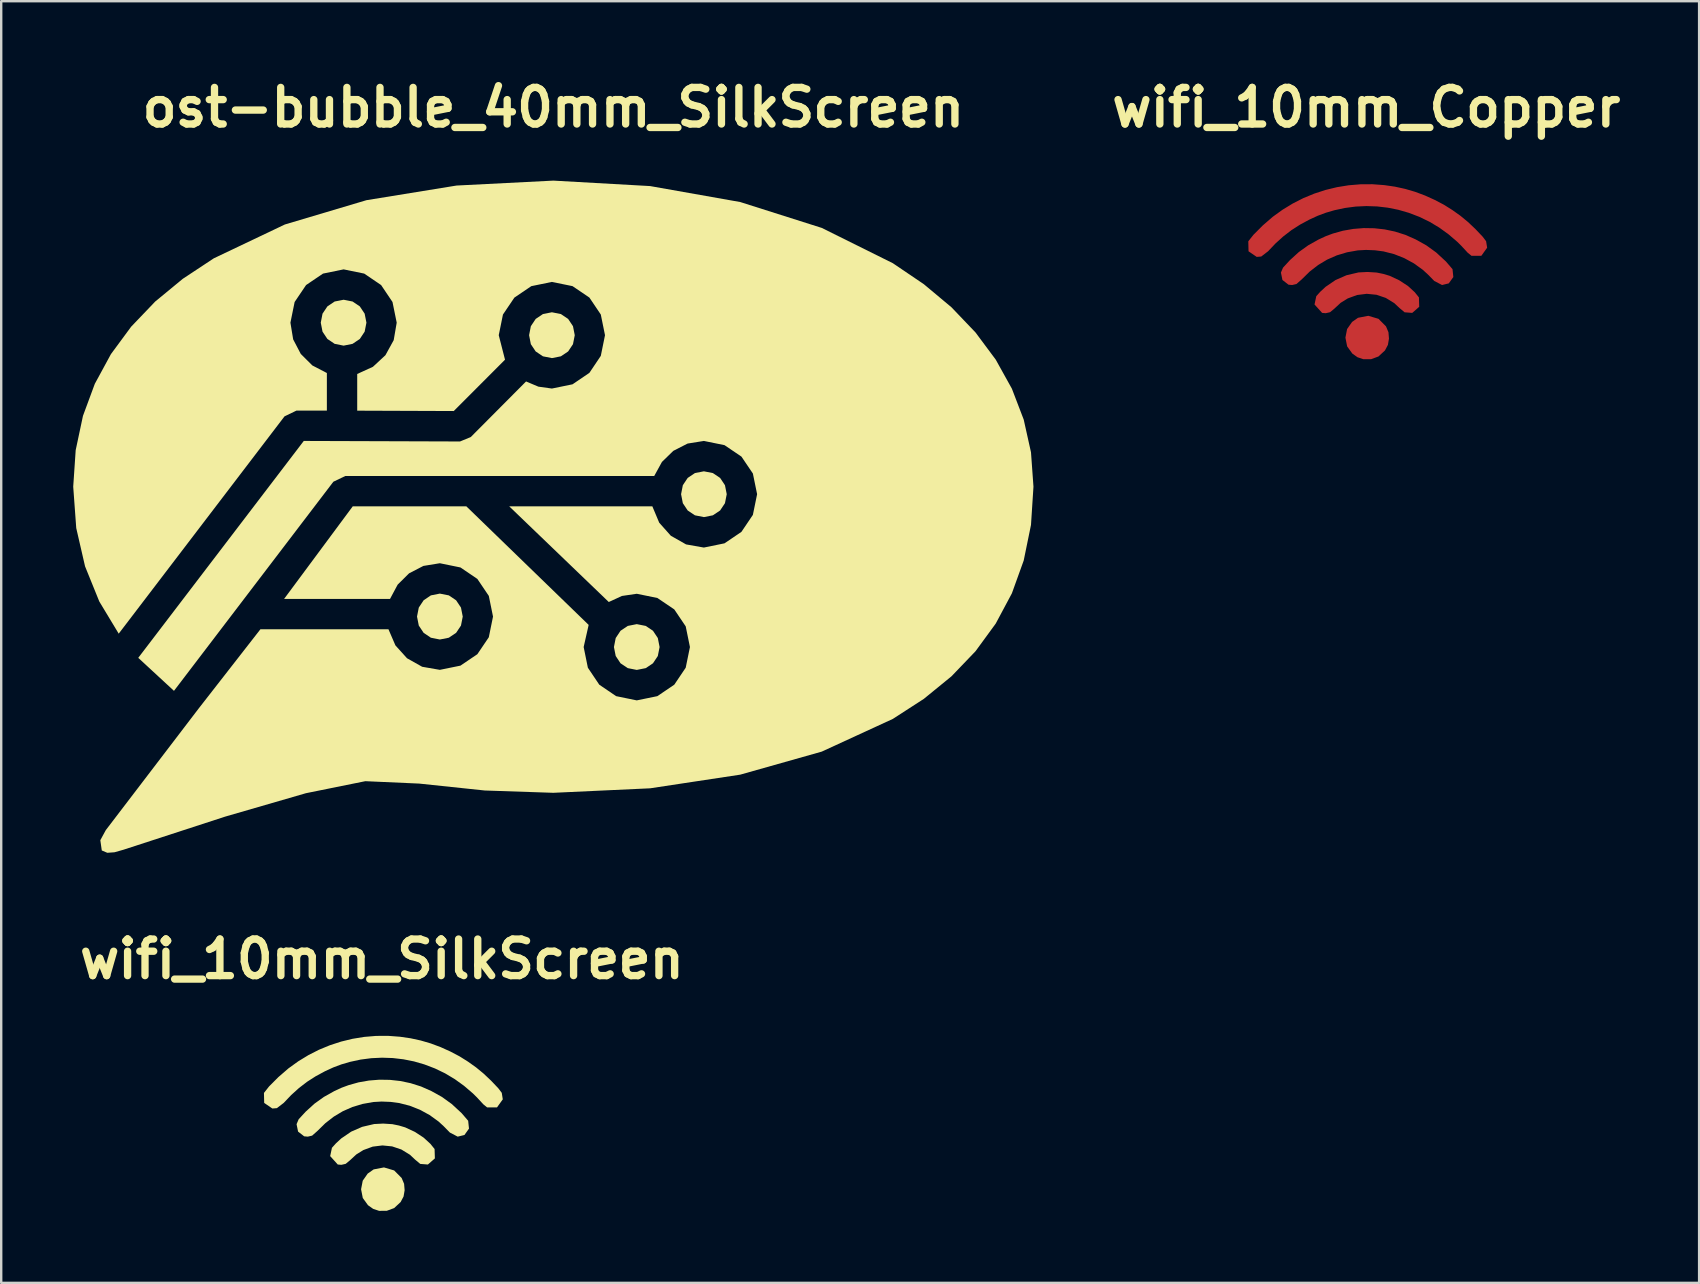
<source format=kicad_pcb>
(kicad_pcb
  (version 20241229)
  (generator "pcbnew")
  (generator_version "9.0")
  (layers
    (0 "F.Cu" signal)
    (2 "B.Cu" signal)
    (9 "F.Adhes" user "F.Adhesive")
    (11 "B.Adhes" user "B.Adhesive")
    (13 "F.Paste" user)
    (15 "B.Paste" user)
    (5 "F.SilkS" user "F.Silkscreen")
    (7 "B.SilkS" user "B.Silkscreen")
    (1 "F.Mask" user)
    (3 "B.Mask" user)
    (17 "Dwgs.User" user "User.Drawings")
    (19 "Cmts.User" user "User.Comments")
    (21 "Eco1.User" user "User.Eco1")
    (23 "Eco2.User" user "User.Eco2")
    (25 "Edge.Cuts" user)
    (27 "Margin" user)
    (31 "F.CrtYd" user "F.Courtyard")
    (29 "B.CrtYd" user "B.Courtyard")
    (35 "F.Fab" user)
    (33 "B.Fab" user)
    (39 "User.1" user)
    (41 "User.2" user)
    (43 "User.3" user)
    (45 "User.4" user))
  (footprint "wifi_10mm_Copper"
    (layer "F.Cu")
    (at 53.864 8.213)
    (property "Reference" "wifi_10mm_Copper" (at 0 -6.787 0) (layer "F.SilkS") (effects (font (size 1.524 1.524) (thickness 0.305))))
    (attr exclude_from_pos_files exclude_from_bom)
    (fp_poly (pts (xy -0.119 3.701) (xy -0.367 3.618) (xy -0.581 3.466) (xy -0.798 3.165) (xy -0.869 2.802) (xy -0.8 2.445) (xy -0.592 2.148) (xy -0.345 1.975) (xy 0.085 1.892) (xy 0.509 2.018) (xy 0.821 2.333) (xy 0.923 2.575) (xy 0.945 2.842) (xy 0.901 3.103) (xy 0.779 3.334) (xy 0.508 3.586) (xy 0.202 3.699) (xy -0.119 3.701)) (stroke (width 0) (type solid)) (fill yes) (layer "F.Cu"))
    (fp_poly (pts (xy -1.84 1.771) (xy -2.156 1.421) (xy -2.083 1.075) (xy -1.915 0.888) (xy -1.693 0.683) (xy -1.279 0.401) (xy -0.823 0.202) (xy -0.323 0.085) (xy 0.052 0.066) (xy 0.432 0.09) (xy 0.71 0.147) (xy 0.968 0.224) (xy 1.372 0.412) (xy 1.739 0.653) (xy 2.019 0.91) (xy 2.193 1.126) (xy 2.205 1.517) (xy 1.914 1.771) (xy 1.596 1.746) (xy 1.382 1.567) (xy 1.167 1.365) (xy 0.812 1.147) (xy 0.425 1.016) (xy 0.021 0.976) (xy -0.384 1.026) (xy -0.772 1.168) (xy -1.067 1.351) (xy -1.332 1.596) (xy -1.51 1.743) (xy -1.69 1.784) (xy -1.84 1.771)) (stroke (width 0) (type solid)) (fill yes) (layer "F.Cu"))
    (fp_poly (pts (xy -3.239 0.597) (xy -3.493 0.4) (xy -3.556 0.091) (xy -3.469 -0.113) (xy -3.177 -0.43) (xy -2.808 -0.765) (xy -2.419 -1.044) (xy -1.987 -1.286) (xy -1.682 -1.427) (xy -1.39 -1.535) (xy -0.971 -1.652) (xy -0.541 -1.727) (xy -0.105 -1.762) (xy 0.332 -1.755) (xy 0.767 -1.707) (xy 1.193 -1.617) (xy 1.627 -1.48) (xy 2.055 -1.291) (xy 2.497 -1.045) (xy 2.908 -0.749) (xy 3.319 -0.369) (xy 3.592 -0.051) (xy 3.626 0.276) (xy 3.437 0.541) (xy 3.156 0.61) (xy 2.831 0.44) (xy 2.57 0.174) (xy 2.355 -0.023) (xy 1.984 -0.291) (xy 1.584 -0.509) (xy 1.16 -0.677) (xy 0.718 -0.79) (xy 0.362 -0.837) (xy -0.011 -0.852) (xy -0.353 -0.833) (xy -0.803 -0.753) (xy -1.229 -0.625) (xy -1.629 -0.449) (xy -2.005 -0.224) (xy -2.357 0.049) (xy -2.684 0.37) (xy -2.908 0.568) (xy -3.089 0.61) (xy -3.239 0.597)) (stroke (width 0) (type solid)) (fill yes) (layer "F.Cu"))
    (fp_poly (pts (xy -4.565 -0.562) (xy -4.905 -0.795) (xy -4.915 -1.211) (xy -4.702 -1.481) (xy -4.313 -1.871) (xy -3.891 -2.236) (xy -3.486 -2.528) (xy -3.062 -2.786) (xy -2.622 -3.01) (xy -2.166 -3.198) (xy -1.699 -3.35) (xy -1.221 -3.466) (xy -0.735 -3.545) (xy -0.243 -3.586) (xy 0.252 -3.589) (xy 0.749 -3.552) (xy 1.19 -3.488) (xy 1.617 -3.395) (xy 2.033 -3.273) (xy 2.443 -3.12) (xy 2.852 -2.935) (xy 3.231 -2.736) (xy 3.582 -2.516) (xy 3.922 -2.274) (xy 4.234 -2.017) (xy 4.547 -1.721) (xy 4.847 -1.405) (xy 4.991 -1.215) (xy 5.034 -0.944) (xy 4.793 -0.608) (xy 4.381 -0.608) (xy 4.223 -0.737) (xy 3.961 -1.021) (xy 3.79 -1.19) (xy 3.42 -1.507) (xy 3.035 -1.785) (xy 2.632 -2.026) (xy 2.21 -2.23) (xy 1.767 -2.399) (xy 1.335 -2.524) (xy 0.895 -2.612) (xy 0.451 -2.664) (xy 0.004 -2.679) (xy -0.443 -2.658) (xy -0.888 -2.6) (xy -1.329 -2.505) (xy -1.685 -2.401) (xy -2.025 -2.274) (xy -2.375 -2.113) (xy -2.76 -1.905) (xy -3.12 -1.674) (xy -3.458 -1.414) (xy -3.78 -1.123) (xy -4.091 -0.796) (xy -4.376 -0.577) (xy -4.565 -0.562)) (stroke (width 0) (type solid)) (fill yes) (layer "F.Cu")))
  (footprint "ost-bubble_40mm_SilkScreen"
    (layer "F.Cu")
    (at 20 18.474)
    (property "Reference" "ost-bubble_40mm_SilkScreen" (at 0 -17.048 0) (layer "F.SilkS") (effects (font (size 1.524 1.524) (thickness 0.305))))
    (attr exclude_from_pos_files exclude_from_bom)
    (fp_poly (pts (xy -8.736 -9.038) (xy -9.11 -8.964) (xy -9.412 -8.761) (xy -9.615 -8.458) (xy -9.688 -8.083) (xy -9.615 -7.708) (xy -9.412 -7.404) (xy -9.11 -7.201) (xy -8.736 -7.126) (xy -8.363 -7.201) (xy -8.062 -7.404) (xy -7.86 -7.708) (xy -7.786 -8.083) (xy -7.86 -8.458) (xy -8.062 -8.761) (xy -8.363 -8.964) (xy -8.736 -9.038)) (stroke (width 0) (type solid)) (fill yes) (layer "F.SilkS"))
    (fp_poly (pts (xy -4.728 3.203) (xy -5.101 3.277) (xy -5.403 3.481) (xy -5.605 3.785) (xy -5.679 4.16) (xy -5.605 4.535) (xy -5.403 4.838) (xy -5.101 5.041) (xy -4.728 5.115) (xy -4.354 5.041) (xy -4.051 4.838) (xy -3.848 4.535) (xy -3.774 4.16) (xy -3.848 3.785) (xy -4.051 3.481) (xy -4.354 3.277) (xy -4.728 3.203)) (stroke (width 0) (type solid)) (fill yes) (layer "F.SilkS"))
    (fp_poly (pts (xy -0.06 -8.516) (xy -0.433 -8.442) (xy -0.735 -8.239) (xy -0.937 -7.936) (xy -1.01 -7.561) (xy -0.937 -7.186) (xy -0.735 -6.884) (xy -0.433 -6.681) (xy -0.06 -6.607) (xy 0.314 -6.681) (xy 0.616 -6.884) (xy 0.818 -7.186) (xy 0.892 -7.561) (xy 0.818 -7.936) (xy 0.616 -8.239) (xy 0.314 -8.442) (xy -0.06 -8.516)) (stroke (width 0) (type solid)) (fill yes) (layer "F.SilkS"))
    (fp_poly (pts (xy 3.475 4.475) (xy 3.101 4.549) (xy 2.799 4.751) (xy 2.598 5.054) (xy 2.524 5.429) (xy 2.598 5.803) (xy 2.799 6.106) (xy 3.101 6.308) (xy 3.475 6.382) (xy 3.848 6.308) (xy 4.15 6.106) (xy 4.352 5.803) (xy 4.426 5.429) (xy 4.352 5.054) (xy 4.15 4.751) (xy 3.848 4.549) (xy 3.475 4.475) (xy 3.475 4.475)) (stroke (width 0) (type solid)) (fill yes) (layer "F.SilkS"))
    (fp_poly (pts (xy 6.271 -1.891) (xy 5.898 -1.818) (xy 5.596 -1.615) (xy 5.394 -1.312) (xy 5.321 -0.938) (xy 5.394 -0.563) (xy 5.596 -0.26) (xy 5.898 -0.058) (xy 6.271 0.016) (xy 6.645 -0.058) (xy 6.947 -0.26) (xy 7.149 -0.563) (xy 7.223 -0.938) (xy 7.149 -1.312) (xy 6.947 -1.615) (xy 6.645 -1.818) (xy 6.271 -1.891) (xy 6.271 -1.891)) (stroke (width 0) (type solid)) (fill yes) (layer "F.SilkS"))
    (fp_poly (pts (xy -0.00032 -14) (xy -4.031 -13.795) (xy -7.785 -13.185) (xy -11.183 -12.173) (xy -14.143 -10.764) (xy -15.433 -9.912) (xy -16.585 -8.963) (xy -17.586 -7.916) (xy -18.428 -6.774) (xy -19.101 -5.535) (xy -19.594 -4.201) (xy -19.897 -2.773) (xy -20 -1.25) (xy -19.874 0.474) (xy -19.507 2.068) (xy -18.913 3.533) (xy -18.105 4.872) (xy -11.198 -4.18) (xy -10.699 -4.421) (xy -9.434 -4.421) (xy -9.434 -5.986) (xy -10.041 -6.302) (xy -10.521 -6.781) (xy -10.838 -7.387) (xy -10.952 -8.083) (xy -10.777 -8.944) (xy -10.3 -9.65) (xy -9.595 -10.127) (xy -8.736 -10.303) (xy -7.878 -10.127) (xy -7.175 -9.65) (xy -6.7 -8.944) (xy -6.525 -8.083) (xy -6.65 -7.354) (xy -6.995 -6.727) (xy -7.516 -6.244) (xy -8.17 -5.946) (xy -8.17 -4.417) (xy -4.148 -4.402) (xy -2.013 -6.541) (xy -2.274 -7.561) (xy -2.099 -8.422) (xy -1.623 -9.127) (xy -0.918 -9.604) (xy -0.06 -9.78) (xy 0.799 -9.605) (xy 1.502 -9.128) (xy 1.977 -8.422) (xy 2.152 -7.561) (xy 1.977 -6.7) (xy 1.502 -5.993) (xy 0.799 -5.515) (xy -0.06 -5.339) (xy -0.624 -5.418) (xy -1.136 -5.634) (xy -3.44 -3.318) (xy -3.887 -3.134) (xy -10.396 -3.156) (xy -17.291 5.879) (xy -15.803 7.254) (xy -9.163 -1.457) (xy -8.663 -1.697) (xy 4.203 -1.697) (xy 4.524 -2.282) (xy 4.999 -2.744) (xy 5.592 -3.047) (xy 6.271 -3.156) (xy 7.13 -2.981) (xy 7.835 -2.504) (xy 8.312 -1.799) (xy 8.488 -0.938) (xy 8.312 -0.076) (xy 7.835 0.631) (xy 7.13 1.109) (xy 6.271 1.285) (xy 5.529 1.154) (xy 4.894 0.793) (xy 4.41 0.249) (xy 4.124 -0.432) (xy -1.838 -0.432) (xy 2.309 3.553) (xy 2.858 3.301) (xy 3.475 3.21) (xy 4.333 3.385) (xy 5.038 3.862) (xy 5.514 4.568) (xy 5.69 5.429) (xy 5.514 6.29) (xy 5.038 6.997) (xy 4.333 7.475) (xy 3.475 7.651) (xy 2.616 7.475) (xy 1.913 6.997) (xy 1.438 6.29) (xy 1.263 5.429) (xy 1.471 4.507) (xy -3.624 -0.432) (xy -8.356 -0.432) (xy -11.217 3.426) (xy -6.804 3.426) (xy -6.485 2.83) (xy -6.01 2.359) (xy -5.413 2.05) (xy -4.728 1.938) (xy -3.869 2.114) (xy -3.165 2.592) (xy -2.688 3.299) (xy -2.513 4.16) (xy -2.688 5.021) (xy -3.165 5.727) (xy -3.869 6.204) (xy -4.728 6.379) (xy -5.464 6.251) (xy -6.095 5.896) (xy -6.578 5.361) (xy -6.868 4.69) (xy -12.203 4.69) (xy -14.772 7.986) (xy -18.643 13.056) (xy -18.871 13.475) (xy -18.81 13.903) (xy -18.58 14) (xy -18.279 13.978) (xy -17.906 13.872) (xy -13.67 12.493) (xy -10.307 11.518) (xy -7.831 11.017) (xy -5.588 11.117) (xy -2.856 11.405) (xy -0.00022 11.501) (xy 4.03 11.314) (xy 7.785 10.745) (xy 11.182 9.785) (xy 14.142 8.423) (xy 15.433 7.588) (xy 16.584 6.649) (xy 17.586 5.604) (xy 18.428 4.452) (xy 19.101 3.192) (xy 19.594 1.823) (xy 19.897 0.342) (xy 20 -1.25) (xy 19.897 -2.683) (xy 19.594 -4.045) (xy 19.101 -5.333) (xy 18.428 -6.544) (xy 17.586 -7.675) (xy 16.584 -8.724) (xy 15.433 -9.686) (xy 14.142 -10.56) (xy 11.182 -12.03) (xy 7.785 -13.108) (xy 4.03 -13.773) (xy -0.00022 -14) (xy -0.00032 -14)) (stroke (width 0) (type solid)) (fill yes) (layer "F.SilkS")))
  (footprint "wifi_10mm_SilkScreen"
    (layer "F.Cu")
    (at 12.86 43.688)
    (property "Reference" "wifi_10mm_SilkScreen" (at 0 -6.787 0) (layer "F.SilkS") (effects (font (size 1.524 1.524) (thickness 0.305))))
    (attr exclude_from_pos_files exclude_from_bom)
    (fp_poly (pts (xy -0.119 3.701) (xy -0.367 3.618) (xy -0.581 3.466) (xy -0.798 3.165) (xy -0.869 2.802) (xy -0.8 2.445) (xy -0.592 2.148) (xy -0.345 1.975) (xy 0.085 1.892) (xy 0.509 2.018) (xy 0.821 2.333) (xy 0.923 2.575) (xy 0.945 2.842) (xy 0.901 3.103) (xy 0.779 3.334) (xy 0.508 3.586) (xy 0.202 3.699) (xy -0.119 3.701)) (stroke (width 0) (type solid)) (fill yes) (layer "F.SilkS"))
    (fp_poly (pts (xy -1.84 1.771) (xy -2.156 1.421) (xy -2.083 1.075) (xy -1.915 0.888) (xy -1.693 0.683) (xy -1.279 0.401) (xy -0.823 0.202) (xy -0.323 0.085) (xy 0.052 0.066) (xy 0.432 0.09) (xy 0.71 0.147) (xy 0.968 0.224) (xy 1.372 0.412) (xy 1.739 0.653) (xy 2.019 0.91) (xy 2.193 1.126) (xy 2.205 1.517) (xy 1.914 1.771) (xy 1.596 1.746) (xy 1.382 1.567) (xy 1.167 1.365) (xy 0.812 1.147) (xy 0.425 1.016) (xy 0.021 0.976) (xy -0.384 1.026) (xy -0.772 1.168) (xy -1.067 1.351) (xy -1.332 1.596) (xy -1.51 1.743) (xy -1.69 1.784) (xy -1.84 1.771)) (stroke (width 0) (type solid)) (fill yes) (layer "F.SilkS"))
    (fp_poly (pts (xy -3.239 0.597) (xy -3.493 0.4) (xy -3.556 0.091) (xy -3.469 -0.113) (xy -3.177 -0.43) (xy -2.808 -0.765) (xy -2.419 -1.044) (xy -1.987 -1.286) (xy -1.682 -1.427) (xy -1.39 -1.535) (xy -0.971 -1.652) (xy -0.541 -1.727) (xy -0.105 -1.762) (xy 0.332 -1.755) (xy 0.767 -1.707) (xy 1.193 -1.617) (xy 1.627 -1.48) (xy 2.055 -1.291) (xy 2.497 -1.045) (xy 2.908 -0.749) (xy 3.319 -0.369) (xy 3.592 -0.051) (xy 3.626 0.276) (xy 3.437 0.541) (xy 3.156 0.61) (xy 2.831 0.44) (xy 2.57 0.174) (xy 2.355 -0.023) (xy 1.984 -0.291) (xy 1.584 -0.509) (xy 1.16 -0.677) (xy 0.718 -0.79) (xy 0.362 -0.837) (xy -0.011 -0.852) (xy -0.353 -0.833) (xy -0.803 -0.753) (xy -1.229 -0.625) (xy -1.629 -0.449) (xy -2.005 -0.224) (xy -2.357 0.049) (xy -2.684 0.37) (xy -2.908 0.568) (xy -3.089 0.61) (xy -3.239 0.597)) (stroke (width 0) (type solid)) (fill yes) (layer "F.SilkS"))
    (fp_poly (pts (xy -4.565 -0.562) (xy -4.905 -0.795) (xy -4.915 -1.211) (xy -4.702 -1.481) (xy -4.313 -1.871) (xy -3.891 -2.236) (xy -3.486 -2.528) (xy -3.062 -2.786) (xy -2.622 -3.01) (xy -2.166 -3.198) (xy -1.699 -3.35) (xy -1.221 -3.466) (xy -0.735 -3.545) (xy -0.243 -3.586) (xy 0.252 -3.589) (xy 0.749 -3.552) (xy 1.19 -3.488) (xy 1.617 -3.395) (xy 2.033 -3.273) (xy 2.443 -3.12) (xy 2.852 -2.935) (xy 3.231 -2.736) (xy 3.582 -2.516) (xy 3.922 -2.274) (xy 4.234 -2.017) (xy 4.547 -1.721) (xy 4.847 -1.405) (xy 4.991 -1.215) (xy 5.034 -0.944) (xy 4.793 -0.608) (xy 4.381 -0.608) (xy 4.223 -0.737) (xy 3.961 -1.021) (xy 3.79 -1.19) (xy 3.42 -1.507) (xy 3.035 -1.785) (xy 2.632 -2.026) (xy 2.21 -2.23) (xy 1.767 -2.399) (xy 1.335 -2.524) (xy 0.895 -2.612) (xy 0.451 -2.664) (xy 0.004 -2.679) (xy -0.443 -2.658) (xy -0.888 -2.6) (xy -1.329 -2.505) (xy -1.685 -2.401) (xy -2.025 -2.274) (xy -2.375 -2.113) (xy -2.76 -1.905) (xy -3.12 -1.674) (xy -3.458 -1.414) (xy -3.78 -1.123) (xy -4.091 -0.796) (xy -4.376 -0.577) (xy -4.565 -0.562)) (stroke (width 0) (type solid)) (fill yes) (layer "F.SilkS")))
  (gr_rect
    (start -3 -3)
    (end 67.728 50.389)
    (stroke (width 0.1) (type default))
    (fill no)
    (layer "Edge.Cuts")))
</source>
